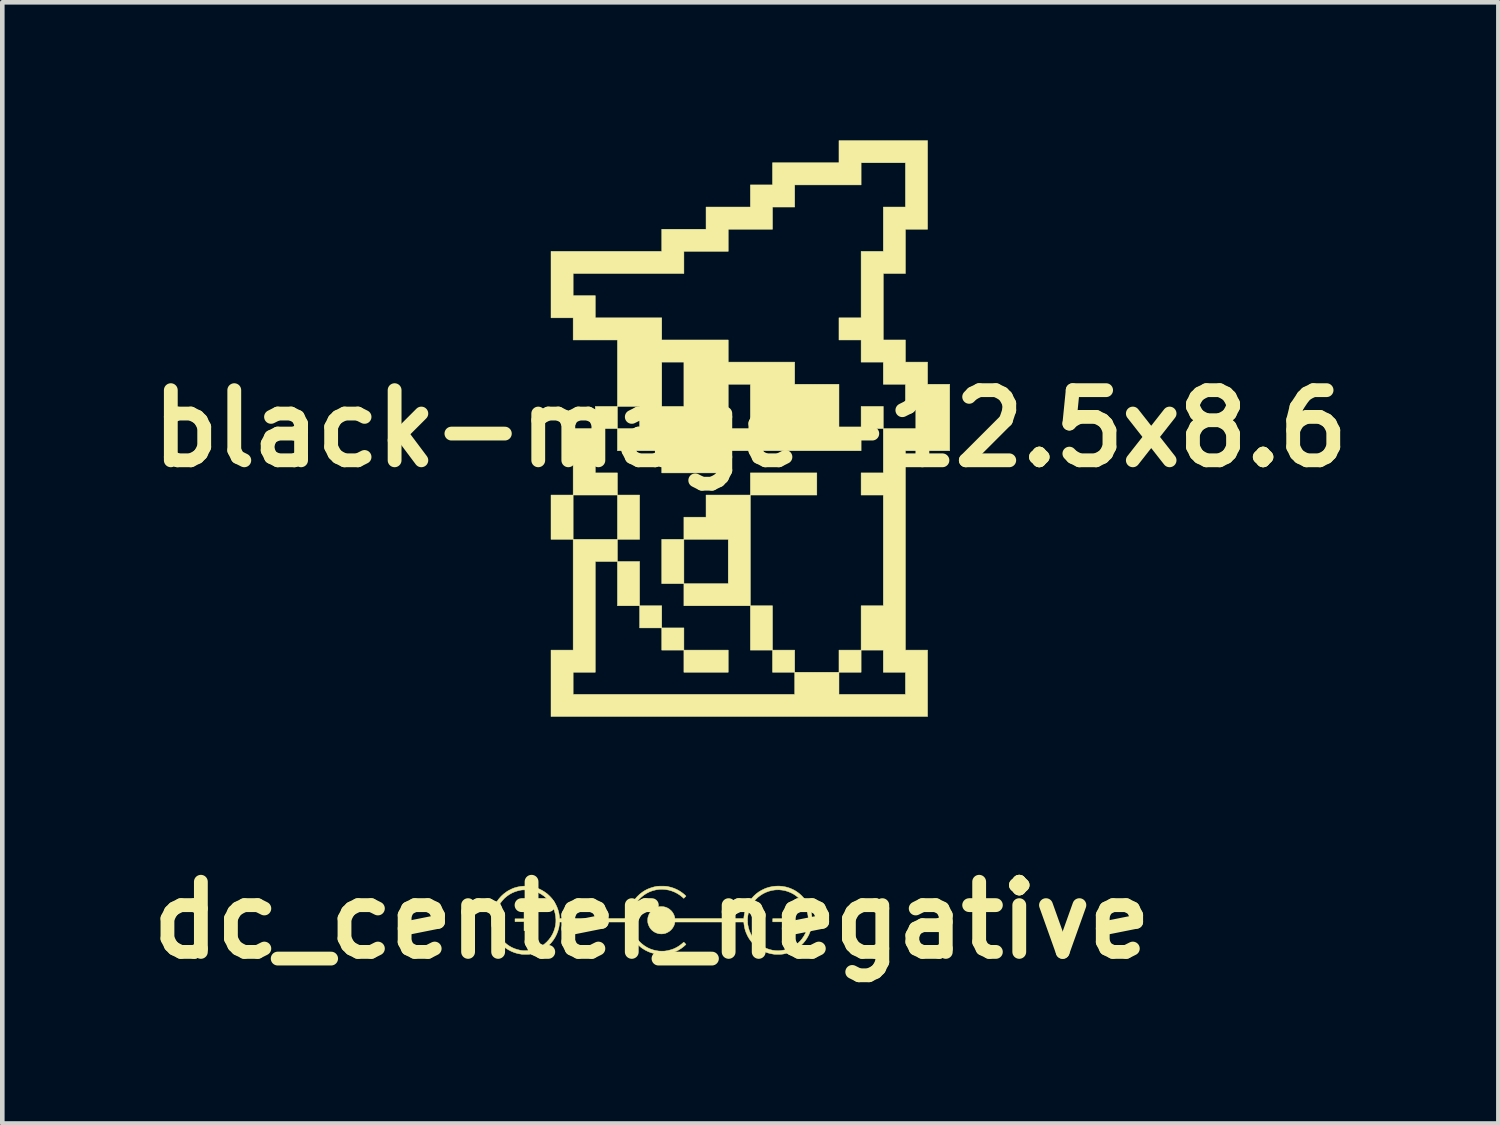
<source format=kicad_pcb>
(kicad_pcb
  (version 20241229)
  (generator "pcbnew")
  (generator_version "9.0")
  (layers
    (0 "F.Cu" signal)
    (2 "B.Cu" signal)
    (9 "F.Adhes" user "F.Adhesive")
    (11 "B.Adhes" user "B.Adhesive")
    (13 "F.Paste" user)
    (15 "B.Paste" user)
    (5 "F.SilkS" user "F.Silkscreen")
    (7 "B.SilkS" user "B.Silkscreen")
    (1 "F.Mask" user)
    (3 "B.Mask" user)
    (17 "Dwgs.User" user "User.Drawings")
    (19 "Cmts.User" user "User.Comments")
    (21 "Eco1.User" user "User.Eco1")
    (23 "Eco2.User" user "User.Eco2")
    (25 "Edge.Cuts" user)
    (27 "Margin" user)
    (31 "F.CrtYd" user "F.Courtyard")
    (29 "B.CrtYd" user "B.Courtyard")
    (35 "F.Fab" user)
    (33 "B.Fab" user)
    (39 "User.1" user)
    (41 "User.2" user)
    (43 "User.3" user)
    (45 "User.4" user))
  (footprint "black-mage-12.5x8.6"
    (layer "F.Cu")
    (at 13.252 6.261)
    (property "Reference" "black-mage-12.5x8.6" (at 0 0 0) (layer "F.SilkS") (effects (font (size 1.524 1.524) (thickness 0.3))))
    (attr board_only exclude_from_pos_files exclude_from_bom allow_missing_courtyard)
    (fp_poly (pts (xy -2.888 3.85) (xy -2.888 2.888) (xy -2.406 2.888) (xy -2.406 3.85) (xy -2.888 3.85)) (stroke (width 0.01) (type solid)) (fill yes) (layer "F.SilkS"))
    (fp_poly (pts (xy -2.406 2.406) (xy -2.888 2.406) (xy -2.888 1.444) (xy -2.406 1.444) (xy -2.406 2.406)) (stroke (width 0.01) (type solid)) (fill yes) (layer "F.SilkS"))
    (fp_poly (pts (xy -2.406 4.331) (xy -2.406 3.85) (xy -1.925 3.85) (xy -1.925 4.331) (xy -2.406 4.331)) (stroke (width 0.01) (type solid)) (fill yes) (layer "F.SilkS"))
    (fp_poly (pts (xy -1.925 4.813) (xy -1.925 4.331) (xy -1.444 4.331) (xy -1.444 4.813) (xy -1.925 4.813)) (stroke (width 0.01) (type solid)) (fill yes) (layer "F.SilkS"))
    (fp_poly (pts (xy -0.481 4.813) (xy -0.481 5.294) (xy -1.444 5.294) (xy -1.444 4.813) (xy -0.481 4.813)) (stroke (width 0.01) (type solid)) (fill yes) (layer "F.SilkS"))
    (fp_poly (pts (xy 0 0.963) (xy 1.444 0.963) (xy 1.444 1.444) (xy 0 1.444) (xy 0 0.963)) (stroke (width 0.01) (type solid)) (fill yes) (layer "F.SilkS"))
    (fp_poly (pts (xy 0 4.813) (xy 0 3.85) (xy 0.481 3.85) (xy 0.481 4.813) (xy 0 4.813)) (stroke (width 0.01) (type solid)) (fill yes) (layer "F.SilkS"))
    (fp_poly (pts (xy 0.963 4.813) (xy 0.963 5.294) (xy 0.481 5.294) (xy 0.481 4.813) (xy 0.963 4.813)) (stroke (width 0.01) (type solid)) (fill yes) (layer "F.SilkS"))
    (fp_poly (pts (xy 2.406 5.294) (xy 1.925 5.294) (xy 1.925 4.813) (xy 2.406 4.813) (xy 2.406 5.294)) (stroke (width 0.01) (type solid)) (fill yes) (layer "F.SilkS"))
    (fp_poly (pts (xy 2.888 0) (xy 2.406 0) (xy 2.406 -0.481) (xy 2.888 -0.481) (xy 2.888 0)) (stroke (width 0.01) (type solid)) (fill yes) (layer "F.SilkS"))
    (fp_poly (pts (xy -1.444 3.85) (xy -1.444 3.369) (xy -1.925 3.369) (xy -1.925 2.406) (xy -1.444 2.406) (xy -1.444 3.369) (xy -0.481 3.369) (xy -0.481 2.406) (xy -1.444 2.406) (xy -1.444 1.925) (xy -0.963 1.925) (xy -0.963 1.444) (xy 0 1.444) (xy 0 3.85) (xy -1.444 3.85)) (stroke (width 0.01) (type solid)) (fill yes) (layer "F.SilkS"))
    (fp_poly (pts (xy 3.85 -4.331) (xy 3.369 -4.331) (xy 3.369 -3.369) (xy 2.888 -3.369) (xy 2.888 -1.925) (xy 3.369 -1.925) (xy 3.369 -1.444) (xy 3.85 -1.444) (xy 3.85 -0.963) (xy 4.331 -0.963) (xy 4.331 0.481) (xy 3.369 0.481) (xy 3.369 4.813) (xy 3.85 4.813) (xy 3.85 6.256) (xy -4.331 6.256) (xy -4.331 4.813) (xy -3.85 4.813) (xy -3.85 2.406) (xy -4.331 2.406) (xy -4.331 1.444) (xy -3.85 1.444) (xy -3.85 2.406) (xy -2.888 2.406) (xy -2.888 2.888) (xy -3.369 2.888) (xy -3.369 5.294) (xy -3.85 5.294) (xy -3.85 5.775) (xy 0.963 5.775) (xy 0.963 5.294) (xy 1.925 5.294) (xy 1.925 5.775) (xy 3.369 5.775) (xy 3.369 5.294) (xy 2.888 5.294) (xy 2.888 4.813) (xy 2.406 4.813) (xy 2.406 3.85) (xy 2.888 3.85) (xy 2.888 1.444) (xy 2.406 1.444) (xy 2.406 0.963) (xy 2.888 0.963) (xy 2.888 0) (xy 3.85 0) (xy 3.85 -0.481) (xy 3.369 -0.481) (xy 3.369 -0.963) (xy 2.888 -0.963) (xy 2.888 -1.444) (xy 2.406 -1.444) (xy 2.406 -1.925) (xy 1.925 -1.925) (xy 1.925 -2.406) (xy 2.406 -2.406) (xy 2.406 -3.85) (xy 2.888 -3.85) (xy 2.888 -4.813) (xy 3.369 -4.813) (xy 3.369 -5.775) (xy 2.406 -5.775) (xy 2.406 -5.294) (xy 0.963 -5.294) (xy 0.963 -4.813) (xy 0.481 -4.813) (xy 0.481 -4.331) (xy -0.481 -4.331) (xy -0.481 -3.85) (xy -1.444 -3.85) (xy -1.444 -3.369) (xy -3.85 -3.369) (xy -3.85 -2.888) (xy -3.369 -2.888) (xy -3.369 -2.406) (xy -1.925 -2.406) (xy -1.925 -1.925) (xy -0.481 -1.925) (xy -0.481 -1.444) (xy 0.963 -1.444) (xy 0.963 -0.963) (xy 1.925 -0.963) (xy 1.925 0) (xy 2.406 0) (xy 2.406 0.481) (xy -0.481 0.481) (xy -0.481 0.963) (xy -1.925 0.963) (xy -1.925 0.481) (xy -2.888 0.481) (xy -2.888 0) (xy -3.369 0) (xy -3.369 0.963) (xy -2.888 0.963) (xy -2.888 1.444) (xy -3.85 1.444) (xy -3.85 0) (xy -3.369 0) (xy -3.369 -0.481) (xy -2.888 -0.481) (xy -2.888 0) (xy -2.406 0) (xy -2.406 -0.481) (xy -2.888 -0.481) (xy -2.888 -1.444) (xy -1.925 -1.444) (xy -1.925 -0.481) (xy -1.444 -0.481) (xy -1.444 -0.963) (xy -0.481 -0.963) (xy -0.481 0) (xy 0 0) (xy 0 -0.963) (xy -0.481 -0.963) (xy -1.444 -0.963) (xy -1.444 -1.444) (xy -1.925 -1.444) (xy -2.888 -1.444) (xy -2.888 -1.925) (xy -3.85 -1.925) (xy -3.85 -2.406) (xy -4.331 -2.406) (xy -4.331 -3.85) (xy -1.925 -3.85) (xy -1.925 -4.331) (xy -0.963 -4.331) (xy -0.963 -4.813) (xy 0 -4.813) (xy 0 -5.294) (xy 0.481 -5.294) (xy 0.481 -5.775) (xy 1.925 -5.775) (xy 1.925 -6.256) (xy 3.85 -6.256) (xy 3.85 -4.331)) (stroke (width 0.01) (type solid)) (fill yes) (layer "F.SilkS")))
  (footprint "dc_center_negative"
    (layer "F.Cu")
    (at 11.111 16.941)
    (property "Reference" "dc_center_negative" (at 0 0 0) (layer "F.SilkS") (effects (font (size 1.524 1.524) (thickness 0.3))))
    (attr through_hole allow_missing_courtyard)
    (fp_poly (pts (xy 2.852 0.036) (xy 2.627 0.036) (xy 2.627 -0.033) (xy 2.852 -0.033) (xy 2.852 0.036)) (stroke (width 0.01) (type solid)) (fill yes) (layer "F.SilkS"))
    (fp_poly (pts (xy -2.714 -0.029) (xy -2.615 -0.028) (xy -2.516 -0.027) (xy -2.516 0.031) (xy -2.615 0.032) (xy -2.714 0.033) (xy -2.714 0.229) (xy -2.776 0.229) (xy -2.776 0.033) (xy -2.972 0.033) (xy -2.972 -0.029) (xy -2.776 -0.029) (xy -2.776 -0.225) (xy -2.714 -0.225) (xy -2.714 -0.029)) (stroke (width 0.01) (type solid)) (fill yes) (layer "F.SilkS"))
    (fp_poly (pts (xy 2.839 -0.734) (xy 2.908 -0.722) (xy 2.975 -0.703) (xy 3.008 -0.691) (xy 3.065 -0.666) (xy 3.116 -0.639) (xy 3.163 -0.608) (xy 3.209 -0.573) (xy 3.253 -0.533) (xy 3.304 -0.479) (xy 3.349 -0.422) (xy 3.387 -0.362) (xy 3.419 -0.298) (xy 3.445 -0.23) (xy 3.458 -0.183) (xy 3.468 -0.143) (xy 3.474 -0.105) (xy 3.478 -0.066) (xy 3.48 -0.024) (xy 3.481 0.002) (xy 3.478 0.068) (xy 3.471 0.13) (xy 3.458 0.19) (xy 3.439 0.249) (xy 3.415 0.309) (xy 3.406 0.328) (xy 3.371 0.392) (xy 3.33 0.451) (xy 3.285 0.505) (xy 3.234 0.555) (xy 3.179 0.6) (xy 3.12 0.639) (xy 3.058 0.672) (xy 2.992 0.7) (xy 2.924 0.721) (xy 2.853 0.736) (xy 2.835 0.738) (xy 2.808 0.741) (xy 2.777 0.743) (xy 2.743 0.743) (xy 2.709 0.743) (xy 2.677 0.742) (xy 2.649 0.739) (xy 2.642 0.738) (xy 2.57 0.725) (xy 2.501 0.705) (xy 2.435 0.679) (xy 2.372 0.646) (xy 2.312 0.608) (xy 2.257 0.565) (xy 2.205 0.516) (xy 2.159 0.463) (xy 2.117 0.405) (xy 2.081 0.343) (xy 2.051 0.277) (xy 2.033 0.23) (xy 2.016 0.166) (xy 2.004 0.097) (xy 2.002 0.081) (xy 1.998 0.04) (xy 0.502 0.04) (xy 0.498 0.064) (xy 0.487 0.104) (xy 0.469 0.142) (xy 0.446 0.178) (xy 0.418 0.211) (xy 0.385 0.239) (xy 0.372 0.248) (xy 0.334 0.27) (xy 0.296 0.286) (xy 0.257 0.295) (xy 0.214 0.298) (xy 0.205 0.298) (xy 0.159 0.295) (xy 0.116 0.284) (xy 0.075 0.268) (xy 0.037 0.245) (xy 0.003 0.218) (xy -0.027 0.185) (xy -0.052 0.147) (xy -0.071 0.106) (xy -0.08 0.078) (xy -0.084 0.063) (xy -0.087 0.049) (xy -0.088 0.032) (xy -0.089 0.012) (xy -0.089 0.002) (xy -0.088 -0.021) (xy -0.088 -0.031) (xy 2.08 -0.031) (xy 2.08 0.034) (xy 2.086 0.099) (xy 2.099 0.163) (xy 2.118 0.225) (xy 2.143 0.285) (xy 2.173 0.342) (xy 2.21 0.397) (xy 2.252 0.448) (xy 2.299 0.495) (xy 2.352 0.538) (xy 2.373 0.552) (xy 2.43 0.586) (xy 2.49 0.614) (xy 2.553 0.636) (xy 2.617 0.652) (xy 2.683 0.661) (xy 2.748 0.664) (xy 2.804 0.66) (xy 2.873 0.649) (xy 2.94 0.632) (xy 3.003 0.608) (xy 3.063 0.578) (xy 3.12 0.543) (xy 3.173 0.502) (xy 3.221 0.456) (xy 3.264 0.405) (xy 3.302 0.349) (xy 3.335 0.289) (xy 3.336 0.287) (xy 3.362 0.222) (xy 3.382 0.155) (xy 3.395 0.088) (xy 3.4 0.019) (xy 3.399 -0.05) (xy 3.39 -0.119) (xy 3.387 -0.134) (xy 3.372 -0.192) (xy 3.35 -0.251) (xy 3.323 -0.308) (xy 3.291 -0.363) (xy 3.254 -0.413) (xy 3.234 -0.438) (xy 3.187 -0.485) (xy 3.136 -0.528) (xy 3.081 -0.565) (xy 3.022 -0.596) (xy 2.961 -0.621) (xy 2.898 -0.641) (xy 2.833 -0.653) (xy 2.767 -0.66) (xy 2.702 -0.659) (xy 2.675 -0.657) (xy 2.606 -0.646) (xy 2.539 -0.628) (xy 2.475 -0.604) (xy 2.415 -0.574) (xy 2.358 -0.538) (xy 2.305 -0.497) (xy 2.257 -0.451) (xy 2.214 -0.399) (xy 2.176 -0.343) (xy 2.146 -0.289) (xy 2.119 -0.226) (xy 2.1 -0.162) (xy 2.086 -0.097) (xy 2.08 -0.031) (xy -0.088 -0.031) (xy -0.087 -0.038) (xy -0.085 -0.053) (xy -0.082 -0.068) (xy -0.08 -0.074) (xy -0.064 -0.119) (xy -0.042 -0.16) (xy -0.015 -0.196) (xy 0.018 -0.227) (xy 0.056 -0.253) (xy 0.078 -0.265) (xy 0.11 -0.279) (xy 0.139 -0.288) (xy 0.168 -0.293) (xy 0.2 -0.295) (xy 0.209 -0.295) (xy 0.255 -0.292) (xy 0.298 -0.282) (xy 0.339 -0.265) (xy 0.378 -0.242) (xy 0.414 -0.211) (xy 0.415 -0.211) (xy 0.44 -0.183) (xy 0.462 -0.151) (xy 0.48 -0.116) (xy 0.493 -0.08) (xy 0.498 -0.06) (xy 0.502 -0.036) (xy 1.998 -0.036) (xy 2.002 -0.077) (xy 2.014 -0.149) (xy 2.032 -0.219) (xy 2.056 -0.286) (xy 2.087 -0.35) (xy 2.123 -0.411) (xy 2.165 -0.467) (xy 2.212 -0.52) (xy 2.264 -0.568) (xy 2.32 -0.611) (xy 2.381 -0.648) (xy 2.446 -0.68) (xy 2.491 -0.698) (xy 2.558 -0.718) (xy 2.628 -0.732) (xy 2.698 -0.739) (xy 2.769 -0.74) (xy 2.839 -0.734)) (stroke (width 0.01) (type solid)) (fill yes) (layer "F.SilkS"))
    (fp_poly (pts (xy -2.641 -0.734) (xy -2.584 -0.723) (xy -2.514 -0.704) (xy -2.447 -0.679) (xy -2.384 -0.647) (xy -2.324 -0.61) (xy -2.268 -0.568) (xy -2.217 -0.52) (xy -2.17 -0.469) (xy -2.129 -0.412) (xy -2.092 -0.352) (xy -2.062 -0.289) (xy -2.037 -0.222) (xy -2.019 -0.153) (xy -2.008 -0.088) (xy -2.002 -0.036) (xy -0.524 -0.036) (xy -0.521 -0.068) (xy -0.515 -0.114) (xy -0.506 -0.163) (xy -0.492 -0.213) (xy -0.475 -0.263) (xy -0.456 -0.309) (xy -0.454 -0.313) (xy -0.426 -0.368) (xy -0.395 -0.417) (xy -0.36 -0.463) (xy -0.32 -0.509) (xy -0.314 -0.515) (xy -0.261 -0.565) (xy -0.206 -0.608) (xy -0.148 -0.645) (xy -0.087 -0.676) (xy -0.022 -0.701) (xy 0.048 -0.722) (xy 0.087 -0.73) (xy 0.101 -0.733) (xy 0.115 -0.735) (xy 0.128 -0.736) (xy 0.144 -0.737) (xy 0.162 -0.738) (xy 0.185 -0.738) (xy 0.213 -0.738) (xy 0.218 -0.738) (xy 0.247 -0.738) (xy 0.27 -0.738) (xy 0.289 -0.737) (xy 0.305 -0.736) (xy 0.318 -0.735) (xy 0.332 -0.733) (xy 0.346 -0.731) (xy 0.348 -0.73) (xy 0.42 -0.713) (xy 0.486 -0.691) (xy 0.549 -0.663) (xy 0.608 -0.63) (xy 0.626 -0.618) (xy 0.647 -0.603) (xy 0.67 -0.587) (xy 0.692 -0.569) (xy 0.711 -0.553) (xy 0.726 -0.539) (xy 0.727 -0.537) (xy 0.742 -0.522) (xy 0.694 -0.474) (xy 0.671 -0.495) (xy 0.617 -0.539) (xy 0.559 -0.577) (xy 0.498 -0.609) (xy 0.435 -0.634) (xy 0.37 -0.653) (xy 0.303 -0.665) (xy 0.235 -0.67) (xy 0.166 -0.669) (xy 0.096 -0.66) (xy 0.078 -0.656) (xy 0.013 -0.639) (xy -0.049 -0.616) (xy -0.109 -0.586) (xy -0.166 -0.55) (xy -0.218 -0.509) (xy -0.267 -0.464) (xy -0.31 -0.414) (xy -0.349 -0.359) (xy -0.382 -0.302) (xy -0.409 -0.241) (xy -0.43 -0.177) (xy -0.431 -0.17) (xy -0.438 -0.144) (xy -0.443 -0.121) (xy -0.447 -0.1) (xy -0.449 -0.079) (xy -0.451 -0.057) (xy -0.452 -0.031) (xy -0.452 -0.000476) (xy -0.452 0.002) (xy -0.452 0.033) (xy -0.451 0.059) (xy -0.449 0.082) (xy -0.447 0.102) (xy -0.443 0.123) (xy -0.438 0.146) (xy -0.432 0.172) (xy -0.432 0.172) (xy -0.412 0.237) (xy -0.385 0.3) (xy -0.352 0.359) (xy -0.313 0.414) (xy -0.269 0.465) (xy -0.219 0.512) (xy -0.165 0.554) (xy -0.107 0.59) (xy -0.08 0.604) (xy -0.026 0.628) (xy 0.031 0.647) (xy 0.091 0.661) (xy 0.151 0.671) (xy 0.21 0.674) (xy 0.267 0.673) (xy 0.278 0.672) (xy 0.349 0.661) (xy 0.417 0.643) (xy 0.482 0.62) (xy 0.543 0.59) (xy 0.601 0.554) (xy 0.656 0.511) (xy 0.666 0.502) (xy 0.678 0.492) (xy 0.687 0.484) (xy 0.694 0.48) (xy 0.695 0.479) (xy 0.699 0.482) (xy 0.706 0.489) (xy 0.716 0.499) (xy 0.72 0.503) (xy 0.742 0.527) (xy 0.717 0.55) (xy 0.683 0.58) (xy 0.643 0.61) (xy 0.6 0.638) (xy 0.557 0.662) (xy 0.535 0.673) (xy 0.468 0.701) (xy 0.399 0.722) (xy 0.33 0.736) (xy 0.259 0.743) (xy 0.189 0.743) (xy 0.118 0.737) (xy 0.049 0.725) (xy -0.019 0.706) (xy -0.085 0.68) (xy -0.148 0.648) (xy -0.208 0.61) (xy -0.229 0.595) (xy -0.25 0.578) (xy -0.274 0.556) (xy -0.299 0.533) (xy -0.323 0.509) (xy -0.344 0.487) (xy -0.356 0.473) (xy -0.395 0.421) (xy -0.429 0.365) (xy -0.458 0.306) (xy -0.483 0.244) (xy -0.502 0.182) (xy -0.515 0.12) (xy -0.521 0.072) (xy -0.524 0.04) (xy -2.002 0.04) (xy -2.008 0.09) (xy -2.02 0.163) (xy -2.04 0.233) (xy -2.066 0.301) (xy -2.098 0.366) (xy -2.137 0.428) (xy -2.182 0.486) (xy -2.208 0.515) (xy -2.26 0.564) (xy -2.317 0.608) (xy -2.378 0.647) (xy -2.442 0.679) (xy -2.509 0.706) (xy -2.578 0.726) (xy -2.649 0.739) (xy -2.662 0.74) (xy -2.685 0.742) (xy -2.713 0.743) (xy -2.744 0.743) (xy -2.775 0.743) (xy -2.805 0.742) (xy -2.83 0.74) (xy -2.841 0.738) (xy -2.914 0.725) (xy -2.985 0.704) (xy -3.052 0.677) (xy -3.117 0.643) (xy -3.179 0.603) (xy -3.235 0.559) (xy -3.284 0.512) (xy -3.329 0.459) (xy -3.369 0.402) (xy -3.404 0.341) (xy -3.433 0.278) (xy -3.456 0.213) (xy -3.456 0.21) (xy -3.463 0.185) (xy -3.469 0.162) (xy -3.474 0.142) (xy -3.477 0.122) (xy -3.479 0.101) (xy -3.481 0.078) (xy -3.481 0.051) (xy -3.482 0.02) (xy -3.482 0.002) (xy -3.482 0) (xy -3.402 0) (xy -3.402 0.029) (xy -3.401 0.051) (xy -3.401 0.07) (xy -3.4 0.085) (xy -3.398 0.098) (xy -3.396 0.112) (xy -3.394 0.126) (xy -3.393 0.127) (xy -3.376 0.195) (xy -3.352 0.26) (xy -3.322 0.322) (xy -3.286 0.38) (xy -3.244 0.434) (xy -3.197 0.483) (xy -3.145 0.528) (xy -3.088 0.567) (xy -3.037 0.595) (xy -2.981 0.619) (xy -2.923 0.638) (xy -2.863 0.653) (xy -2.816 0.66) (xy -2.794 0.662) (xy -2.767 0.662) (xy -2.737 0.662) (xy -2.706 0.661) (xy -2.677 0.659) (xy -2.651 0.657) (xy -2.638 0.655) (xy -2.571 0.64) (xy -2.506 0.619) (xy -2.445 0.591) (xy -2.386 0.557) (xy -2.331 0.518) (xy -2.281 0.473) (xy -2.235 0.423) (xy -2.194 0.368) (xy -2.191 0.363) (xy -2.156 0.304) (xy -2.129 0.242) (xy -2.108 0.179) (xy -2.093 0.115) (xy -2.085 0.05) (xy -2.084 -0.014) (xy -2.089 -0.079) (xy -2.1 -0.143) (xy -2.117 -0.205) (xy -2.14 -0.266) (xy -2.169 -0.324) (xy -2.204 -0.379) (xy -2.245 -0.432) (xy -2.292 -0.48) (xy -2.342 -0.523) (xy -2.397 -0.561) (xy -2.456 -0.594) (xy -2.519 -0.62) (xy -2.585 -0.64) (xy -2.64 -0.652) (xy -2.663 -0.655) (xy -2.691 -0.657) (xy -2.721 -0.658) (xy -2.753 -0.658) (xy -2.784 -0.658) (xy -2.812 -0.657) (xy -2.835 -0.654) (xy -2.839 -0.654) (xy -2.908 -0.639) (xy -2.974 -0.618) (xy -3.037 -0.591) (xy -3.096 -0.558) (xy -3.15 -0.52) (xy -3.201 -0.477) (xy -3.246 -0.428) (xy -3.287 -0.376) (xy -3.322 -0.318) (xy -3.352 -0.257) (xy -3.376 -0.192) (xy -3.392 -0.131) (xy -3.395 -0.116) (xy -3.397 -0.102) (xy -3.399 -0.089) (xy -3.4 -0.076) (xy -3.401 -0.06) (xy -3.401 -0.04) (xy -3.402 -0.015) (xy -3.402 0) (xy -3.482 0) (xy -3.482 -0.03) (xy -3.481 -0.056) (xy -3.481 -0.076) (xy -3.48 -0.093) (xy -3.478 -0.108) (xy -3.477 -0.12) (xy -3.475 -0.131) (xy -3.457 -0.204) (xy -3.433 -0.274) (xy -3.402 -0.341) (xy -3.366 -0.404) (xy -3.323 -0.462) (xy -3.275 -0.517) (xy -3.221 -0.567) (xy -3.161 -0.612) (xy -3.144 -0.624) (xy -3.123 -0.637) (xy -3.098 -0.651) (xy -3.069 -0.665) (xy -3.041 -0.679) (xy -3.014 -0.691) (xy -2.99 -0.7) (xy -2.99 -0.7) (xy -2.923 -0.719) (xy -2.853 -0.733) (xy -2.782 -0.739) (xy -2.711 -0.74) (xy -2.641 -0.734)) (stroke (width 0.01) (type solid)) (fill yes) (layer "F.SilkS")))
  (gr_rect
    (start -3 -3)
    (end 29.503 21.359)
    (stroke (width 0.1) (type default))
    (fill no)
    (layer "Edge.Cuts")))
</source>
